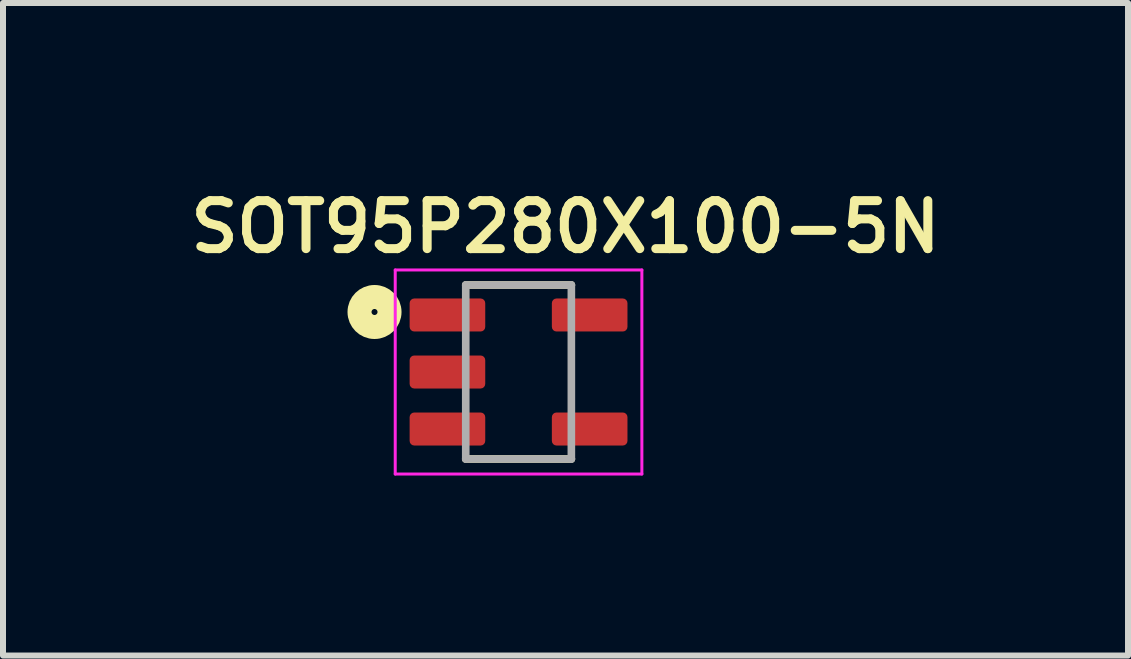
<source format=kicad_pcb>
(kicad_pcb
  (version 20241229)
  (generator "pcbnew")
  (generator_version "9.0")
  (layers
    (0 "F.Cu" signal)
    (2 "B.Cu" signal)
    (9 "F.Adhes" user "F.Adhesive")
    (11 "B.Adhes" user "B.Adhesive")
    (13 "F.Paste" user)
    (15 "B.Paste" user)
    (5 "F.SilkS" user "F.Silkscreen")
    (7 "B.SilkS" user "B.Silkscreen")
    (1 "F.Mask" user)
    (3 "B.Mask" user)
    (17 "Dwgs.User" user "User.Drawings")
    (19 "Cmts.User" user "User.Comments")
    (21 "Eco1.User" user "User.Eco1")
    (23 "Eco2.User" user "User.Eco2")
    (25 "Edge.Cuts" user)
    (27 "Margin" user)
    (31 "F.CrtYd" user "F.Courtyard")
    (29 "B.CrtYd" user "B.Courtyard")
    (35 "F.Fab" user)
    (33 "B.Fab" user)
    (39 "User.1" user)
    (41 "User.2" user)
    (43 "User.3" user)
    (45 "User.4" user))
  (footprint "SOT95P280X100-5N"
    (layer "F.Cu")
    (at 5.591 3.149)
    (property "Reference" "SOT95P280X100-5N" (at 0.782 -2.418 0) (layer "F.SilkS") (effects (font (size 0.8 0.8) (thickness 0.15))))
    (attr smd)
    (fp_line (start -0.88 -1.45) (end 0.88 -1.45) (stroke (width 0.127) (type solid)) (layer "F.SilkS"))
    (fp_line (start -0.88 1.45) (end 0.88 1.45) (stroke (width 0.127) (type solid)) (layer "F.SilkS"))
    (fp_circle (center -2.4 -1) (end -2.35 -1) (stroke (width 0.4) (type solid)) (fill no) (layer "F.SilkS"))
    (fp_line (start -2.055 -1.7) (end 2.055 -1.7) (stroke (width 0.05) (type solid)) (layer "F.CrtYd"))
    (fp_line (start -2.055 1.7) (end -2.055 -1.7) (stroke (width 0.05) (type solid)) (layer "F.CrtYd"))
    (fp_line (start 2.055 -1.7) (end 2.055 1.7) (stroke (width 0.05) (type solid)) (layer "F.CrtYd"))
    (fp_line (start 2.055 1.7) (end -2.055 1.7) (stroke (width 0.05) (type solid)) (layer "F.CrtYd"))
    (fp_line (start -0.88 -1.45) (end -0.88 1.45) (stroke (width 0.127) (type solid)) (layer "F.Fab"))
    (fp_line (start -0.88 1.45) (end 0.88 1.45) (stroke (width 0.127) (type solid)) (layer "F.Fab"))
    (fp_line (start 0.88 -1.45) (end -0.88 -1.45) (stroke (width 0.127) (type solid)) (layer "F.Fab"))
    (fp_line (start 0.88 1.45) (end 0.88 -1.45) (stroke (width 0.127) (type solid)) (layer "F.Fab"))
    (pad "1" smd roundrect (at -1.185 -0.95) (size 1.26 0.55) (layers "F.Cu" "F.Mask" "F.Paste") (roundrect_rratio 0.14))
    (pad "2" smd roundrect (at -1.185 0) (size 1.26 0.55) (layers "F.Cu" "F.Mask" "F.Paste") (roundrect_rratio 0.14))
    (pad "3" smd roundrect (at -1.185 0.95) (size 1.26 0.55) (layers "F.Cu" "F.Mask" "F.Paste") (roundrect_rratio 0.14))
    (pad "4" smd roundrect (at 1.185 0.95) (size 1.26 0.55) (layers "F.Cu" "F.Mask" "F.Paste") (roundrect_rratio 0.14))
    (pad "5" smd roundrect (at 1.185 -0.95) (size 1.26 0.55) (layers "F.Cu" "F.Mask" "F.Paste") (roundrect_rratio 0.14)))
  (gr_rect
    (start -3 -3)
    (end 15.747 7.874)
    (stroke (width 0.1) (type default))
    (fill no)
    (layer "Edge.Cuts")))
</source>
